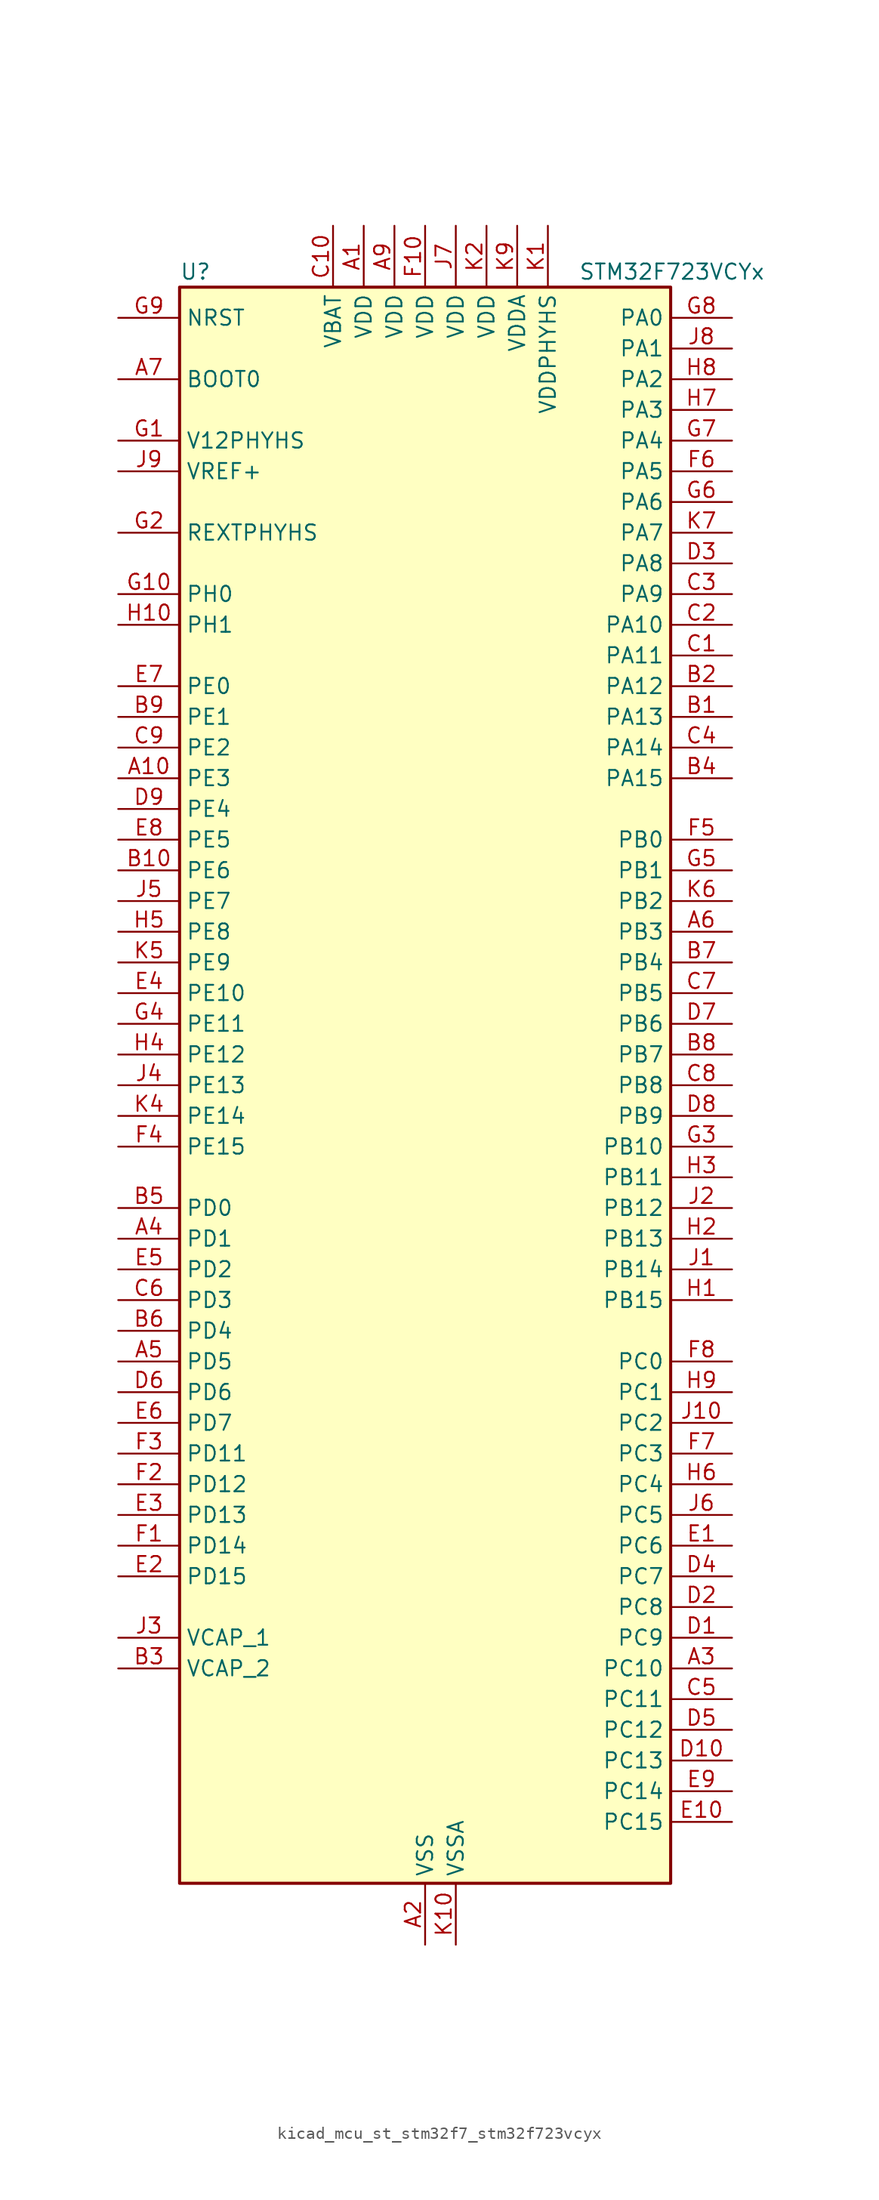
<source format=kicad_sym>
(kicad_symbol_lib
  (version 20220914)
  (generator kicad_symbol_editor)
  (symbol "kicad_mcu_st_stm32f7_stm32f723vcyx"
    (property "Reference" "U"
      (at -20.32 67.31 0)
      (effects (font (size 1.27 1.27)) (justify left)))
    (property "Value" "STM32F723VCYx"
      (at 12.7 67.31 0)
      (effects (font (size 1.27 1.27)) (justify left)))
    (property "ki_locked" ""
      (at 0 0 0)
      (effects (font (size 1.27 1.27))))
    (symbol "kicad_mcu_st_stm32f7_stm32f723vcyx_0_1"
      (rectangle (start -20.32 -66.04) (end 20.32 66.04) (stroke (width 0.254) (type default)) (fill (type background))))
    (symbol "kicad_mcu_st_stm32f7_stm32f723vcyx_1_1"
      (pin power_in line (at -5.08 71.12 270) (length 5.08) (name "VDD" (effects (font (size 1.27 1.27)))) (number "A1" (effects (font (size 1.27 1.27)))))
      (pin bidirectional line (at -25.4 25.4 0) (length 5.08) (name "PE3" (effects (font (size 1.27 1.27)))) (number "A10" (effects (font (size 1.27 1.27)))) (alternate "FMC_A19" bidirectional line) (alternate "SAI1_SD_B" bidirectional line) (alternate "SYS_TRACED0" bidirectional line))
      (pin power_in line (at 0 -71.12 90) (length 5.08) (name "VSS" (effects (font (size 1.27 1.27)))) (number "A2" (effects (font (size 1.27 1.27)))))
      (pin bidirectional line (at 25.4 -48.26 180) (length 5.08) (name "PC10" (effects (font (size 1.27 1.27)))) (number "A3" (effects (font (size 1.27 1.27)))) (alternate "I2S3_CK" bidirectional line) (alternate "QUADSPI_BK1_IO1" bidirectional line) (alternate "SDMMC1_D2" bidirectional line) (alternate "SPI3_SCK" bidirectional line) (alternate "UART4_TX" bidirectional line) (alternate "USART3_TX" bidirectional line))
      (pin bidirectional line (at -25.4 -12.7 0) (length 5.08) (name "PD1" (effects (font (size 1.27 1.27)))) (number "A4" (effects (font (size 1.27 1.27)))) (alternate "CAN1_TX" bidirectional line) (alternate "FMC_D3" bidirectional line) (alternate "FMC_DA3" bidirectional line))
      (pin bidirectional line (at -25.4 -22.86 0) (length 5.08) (name "PD5" (effects (font (size 1.27 1.27)))) (number "A5" (effects (font (size 1.27 1.27)))) (alternate "FMC_NWE" bidirectional line) (alternate "USART2_TX" bidirectional line))
      (pin bidirectional line (at 25.4 12.7 180) (length 5.08) (name "PB3" (effects (font (size 1.27 1.27)))) (number "A6" (effects (font (size 1.27 1.27)))) (alternate "I2S1_CK" bidirectional line) (alternate "I2S3_CK" bidirectional line) (alternate "SPI1_SCK" bidirectional line) (alternate "SPI3_SCK" bidirectional line) (alternate "SYS_JTDO-SWO" bidirectional line) (alternate "TIM2_CH2" bidirectional line))
      (pin input line (at -25.4 58.42 0) (length 5.08) (name "BOOT0" (effects (font (size 1.27 1.27)))) (number "A7" (effects (font (size 1.27 1.27)))))
      (pin passive line (at 0 -71.12 90) (length 5.08) hide (name "VSS" (effects (font (size 1.27 1.27)))) (number "A8" (effects (font (size 1.27 1.27)))))
      (pin power_in line (at -2.54 71.12 270) (length 5.08) (name "VDD" (effects (font (size 1.27 1.27)))) (number "A9" (effects (font (size 1.27 1.27)))))
      (pin bidirectional line (at 25.4 30.48 180) (length 5.08) (name "PA13" (effects (font (size 1.27 1.27)))) (number "B1" (effects (font (size 1.27 1.27)))) (alternate "SYS_JTMS-SWDIO" bidirectional line))
      (pin bidirectional line (at -25.4 17.78 0) (length 5.08) (name "PE6" (effects (font (size 1.27 1.27)))) (number "B10" (effects (font (size 1.27 1.27)))) (alternate "FMC_A22" bidirectional line) (alternate "SAI1_SD_A" bidirectional line) (alternate "SAI2_MCLK_B" bidirectional line) (alternate "SPI4_MOSI" bidirectional line) (alternate "SYS_TRACED3" bidirectional line) (alternate "TIM1_BKIN2" bidirectional line) (alternate "TIM9_CH2" bidirectional line))
      (pin bidirectional line (at 25.4 33.02 180) (length 5.08) (name "PA12" (effects (font (size 1.27 1.27)))) (number "B2" (effects (font (size 1.27 1.27)))) (alternate "CAN1_TX" bidirectional line) (alternate "SAI2_FS_B" bidirectional line) (alternate "TIM1_ETR" bidirectional line) (alternate "USART1_DE" bidirectional line) (alternate "USART1_RTS" bidirectional line) (alternate "USB_OTG_FS_DP" bidirectional line))
      (pin power_out line (at -25.4 -48.26 0) (length 5.08) (name "VCAP_2" (effects (font (size 1.27 1.27)))) (number "B3" (effects (font (size 1.27 1.27)))))
      (pin bidirectional line (at 25.4 25.4 180) (length 5.08) (name "PA15" (effects (font (size 1.27 1.27)))) (number "B4" (effects (font (size 1.27 1.27)))) (alternate "I2S1_WS" bidirectional line) (alternate "I2S3_WS" bidirectional line) (alternate "SPI1_NSS" bidirectional line) (alternate "SPI3_NSS" bidirectional line) (alternate "SYS_JTDI" bidirectional line) (alternate "TIM2_CH1" bidirectional line) (alternate "TIM2_ETR" bidirectional line) (alternate "UART4_DE" bidirectional line) (alternate "UART4_RTS" bidirectional line))
      (pin bidirectional line (at -25.4 -10.16 0) (length 5.08) (name "PD0" (effects (font (size 1.27 1.27)))) (number "B5" (effects (font (size 1.27 1.27)))) (alternate "CAN1_RX" bidirectional line) (alternate "FMC_D2" bidirectional line) (alternate "FMC_DA2" bidirectional line))
      (pin bidirectional line (at -25.4 -20.32 0) (length 5.08) (name "PD4" (effects (font (size 1.27 1.27)))) (number "B6" (effects (font (size 1.27 1.27)))) (alternate "FMC_NOE" bidirectional line) (alternate "USART2_DE" bidirectional line) (alternate "USART2_RTS" bidirectional line))
      (pin bidirectional line (at 25.4 10.16 180) (length 5.08) (name "PB4" (effects (font (size 1.27 1.27)))) (number "B7" (effects (font (size 1.27 1.27)))) (alternate "I2S2_WS" bidirectional line) (alternate "SPI1_MISO" bidirectional line) (alternate "SPI2_NSS" bidirectional line) (alternate "SPI3_MISO" bidirectional line) (alternate "SYS_JTRST" bidirectional line) (alternate "TIM3_CH1" bidirectional line))
      (pin bidirectional line (at 25.4 2.54 180) (length 5.08) (name "PB7" (effects (font (size 1.27 1.27)))) (number "B8" (effects (font (size 1.27 1.27)))) (alternate "FMC_NL" bidirectional line) (alternate "I2C1_SDA" bidirectional line) (alternate "TIM4_CH2" bidirectional line) (alternate "USART1_RX" bidirectional line))
      (pin bidirectional line (at -25.4 30.48 0) (length 5.08) (name "PE1" (effects (font (size 1.27 1.27)))) (number "B9" (effects (font (size 1.27 1.27)))) (alternate "FMC_NBL1" bidirectional line) (alternate "LPTIM1_IN2" bidirectional line) (alternate "UART8_TX" bidirectional line))
      (pin bidirectional line (at 25.4 35.56 180) (length 5.08) (name "PA11" (effects (font (size 1.27 1.27)))) (number "C1" (effects (font (size 1.27 1.27)))) (alternate "ADC1_EXTI11" bidirectional line) (alternate "ADC2_EXTI11" bidirectional line) (alternate "ADC3_EXTI11" bidirectional line) (alternate "CAN1_RX" bidirectional line) (alternate "TIM1_CH4" bidirectional line) (alternate "USART1_CTS" bidirectional line) (alternate "USB_OTG_FS_DM" bidirectional line))
      (pin power_in line (at -7.62 71.12 270) (length 5.08) (name "VBAT" (effects (font (size 1.27 1.27)))) (number "C10" (effects (font (size 1.27 1.27)))))
      (pin bidirectional line (at 25.4 38.1 180) (length 5.08) (name "PA10" (effects (font (size 1.27 1.27)))) (number "C2" (effects (font (size 1.27 1.27)))) (alternate "TIM1_CH3" bidirectional line) (alternate "USART1_RX" bidirectional line) (alternate "USB_OTG_FS_ID" bidirectional line))
      (pin bidirectional line (at 25.4 40.64 180) (length 5.08) (name "PA9" (effects (font (size 1.27 1.27)))) (number "C3" (effects (font (size 1.27 1.27)))) (alternate "DAC_EXTI9" bidirectional line) (alternate "I2C3_SMBA" bidirectional line) (alternate "I2S2_CK" bidirectional line) (alternate "SPI2_SCK" bidirectional line) (alternate "TIM1_CH2" bidirectional line) (alternate "USART1_TX" bidirectional line) (alternate "USB_OTG_FS_VBUS" bidirectional line))
      (pin bidirectional line (at 25.4 27.94 180) (length 5.08) (name "PA14" (effects (font (size 1.27 1.27)))) (number "C4" (effects (font (size 1.27 1.27)))) (alternate "SYS_JTCK-SWCLK" bidirectional line))
      (pin bidirectional line (at 25.4 -50.8 180) (length 5.08) (name "PC11" (effects (font (size 1.27 1.27)))) (number "C5" (effects (font (size 1.27 1.27)))) (alternate "ADC1_EXTI11" bidirectional line) (alternate "ADC2_EXTI11" bidirectional line) (alternate "ADC3_EXTI11" bidirectional line) (alternate "QUADSPI_BK2_NCS" bidirectional line) (alternate "SDMMC1_D3" bidirectional line) (alternate "SPI3_MISO" bidirectional line) (alternate "UART4_RX" bidirectional line) (alternate "USART3_RX" bidirectional line))
      (pin bidirectional line (at -25.4 -17.78 0) (length 5.08) (name "PD3" (effects (font (size 1.27 1.27)))) (number "C6" (effects (font (size 1.27 1.27)))) (alternate "FMC_CLK" bidirectional line) (alternate "I2S2_CK" bidirectional line) (alternate "SPI2_SCK" bidirectional line) (alternate "USART2_CTS" bidirectional line))
      (pin bidirectional line (at 25.4 7.62 180) (length 5.08) (name "PB5" (effects (font (size 1.27 1.27)))) (number "C7" (effects (font (size 1.27 1.27)))) (alternate "FMC_SDCKE1" bidirectional line) (alternate "I2C1_SMBA" bidirectional line) (alternate "I2S1_SD" bidirectional line) (alternate "I2S3_SD" bidirectional line) (alternate "SPI1_MOSI" bidirectional line) (alternate "SPI3_MOSI" bidirectional line) (alternate "TIM3_CH2" bidirectional line))
      (pin bidirectional line (at 25.4 0 180) (length 5.08) (name "PB8" (effects (font (size 1.27 1.27)))) (number "C8" (effects (font (size 1.27 1.27)))) (alternate "CAN1_RX" bidirectional line) (alternate "I2C1_SCL" bidirectional line) (alternate "SDMMC1_D4" bidirectional line) (alternate "TIM10_CH1" bidirectional line) (alternate "TIM4_CH3" bidirectional line))
      (pin bidirectional line (at -25.4 27.94 0) (length 5.08) (name "PE2" (effects (font (size 1.27 1.27)))) (number "C9" (effects (font (size 1.27 1.27)))) (alternate "FMC_A23" bidirectional line) (alternate "QUADSPI_BK1_IO2" bidirectional line) (alternate "SAI1_MCLK_A" bidirectional line) (alternate "SPI4_SCK" bidirectional line) (alternate "SYS_TRACECLK" bidirectional line))
      (pin bidirectional line (at 25.4 -45.72 180) (length 5.08) (name "PC9" (effects (font (size 1.27 1.27)))) (number "D1" (effects (font (size 1.27 1.27)))) (alternate "DAC_EXTI9" bidirectional line) (alternate "I2C3_SDA" bidirectional line) (alternate "I2S_CKIN" bidirectional line) (alternate "QUADSPI_BK1_IO0" bidirectional line) (alternate "RCC_MCO_2" bidirectional line) (alternate "SDMMC1_D1" bidirectional line) (alternate "TIM3_CH4" bidirectional line) (alternate "TIM8_CH4" bidirectional line) (alternate "UART5_CTS" bidirectional line))
      (pin bidirectional line (at 25.4 -55.88 180) (length 5.08) (name "PC13" (effects (font (size 1.27 1.27)))) (number "D10" (effects (font (size 1.27 1.27)))) (alternate "RTC_OUT" bidirectional line) (alternate "RTC_TAMP1" bidirectional line) (alternate "RTC_TS" bidirectional line) (alternate "SYS_WKUP4" bidirectional line))
      (pin bidirectional line (at 25.4 -43.18 180) (length 5.08) (name "PC8" (effects (font (size 1.27 1.27)))) (number "D2" (effects (font (size 1.27 1.27)))) (alternate "SDMMC1_D0" bidirectional line) (alternate "SYS_TRACED1" bidirectional line) (alternate "TIM3_CH3" bidirectional line) (alternate "TIM8_CH3" bidirectional line) (alternate "UART5_DE" bidirectional line) (alternate "UART5_RTS" bidirectional line) (alternate "USART6_CK" bidirectional line))
      (pin bidirectional line (at 25.4 43.18 180) (length 5.08) (name "PA8" (effects (font (size 1.27 1.27)))) (number "D3" (effects (font (size 1.27 1.27)))) (alternate "I2C3_SCL" bidirectional line) (alternate "RCC_MCO_1" bidirectional line) (alternate "TIM1_CH1" bidirectional line) (alternate "TIM8_BKIN2" bidirectional line) (alternate "USART1_CK" bidirectional line) (alternate "USB_OTG_FS_SOF" bidirectional line))
      (pin bidirectional line (at 25.4 -40.64 180) (length 5.08) (name "PC7" (effects (font (size 1.27 1.27)))) (number "D4" (effects (font (size 1.27 1.27)))) (alternate "I2S3_MCK" bidirectional line) (alternate "SDMMC1_D7" bidirectional line) (alternate "TIM3_CH2" bidirectional line) (alternate "TIM8_CH2" bidirectional line) (alternate "USART6_RX" bidirectional line))
      (pin bidirectional line (at 25.4 -53.34 180) (length 5.08) (name "PC12" (effects (font (size 1.27 1.27)))) (number "D5" (effects (font (size 1.27 1.27)))) (alternate "I2S3_SD" bidirectional line) (alternate "SDMMC1_CK" bidirectional line) (alternate "SPI3_MOSI" bidirectional line) (alternate "SYS_TRACED3" bidirectional line) (alternate "UART5_TX" bidirectional line) (alternate "USART3_CK" bidirectional line))
      (pin bidirectional line (at -25.4 -25.4 0) (length 5.08) (name "PD6" (effects (font (size 1.27 1.27)))) (number "D6" (effects (font (size 1.27 1.27)))) (alternate "FMC_NWAIT" bidirectional line) (alternate "I2S3_SD" bidirectional line) (alternate "SAI1_SD_A" bidirectional line) (alternate "SPI3_MOSI" bidirectional line) (alternate "USART2_RX" bidirectional line))
      (pin bidirectional line (at 25.4 5.08 180) (length 5.08) (name "PB6" (effects (font (size 1.27 1.27)))) (number "D7" (effects (font (size 1.27 1.27)))) (alternate "FMC_SDNE1" bidirectional line) (alternate "I2C1_SCL" bidirectional line) (alternate "QUADSPI_BK1_NCS" bidirectional line) (alternate "TIM4_CH1" bidirectional line) (alternate "USART1_TX" bidirectional line))
      (pin bidirectional line (at 25.4 -2.54 180) (length 5.08) (name "PB9" (effects (font (size 1.27 1.27)))) (number "D8" (effects (font (size 1.27 1.27)))) (alternate "CAN1_TX" bidirectional line) (alternate "DAC_EXTI9" bidirectional line) (alternate "I2C1_SDA" bidirectional line) (alternate "I2S2_WS" bidirectional line) (alternate "SDMMC1_D5" bidirectional line) (alternate "SPI2_NSS" bidirectional line) (alternate "TIM11_CH1" bidirectional line) (alternate "TIM4_CH4" bidirectional line))
      (pin bidirectional line (at -25.4 22.86 0) (length 5.08) (name "PE4" (effects (font (size 1.27 1.27)))) (number "D9" (effects (font (size 1.27 1.27)))) (alternate "FMC_A20" bidirectional line) (alternate "SAI1_FS_A" bidirectional line) (alternate "SPI4_NSS" bidirectional line) (alternate "SYS_TRACED1" bidirectional line))
      (pin bidirectional line (at 25.4 -38.1 180) (length 5.08) (name "PC6" (effects (font (size 1.27 1.27)))) (number "E1" (effects (font (size 1.27 1.27)))) (alternate "I2S2_MCK" bidirectional line) (alternate "SDMMC1_D6" bidirectional line) (alternate "TIM3_CH1" bidirectional line) (alternate "TIM8_CH1" bidirectional line) (alternate "USART6_TX" bidirectional line))
      (pin bidirectional line (at 25.4 -60.96 180) (length 5.08) (name "PC15" (effects (font (size 1.27 1.27)))) (number "E10" (effects (font (size 1.27 1.27)))) (alternate "RCC_OSC32_OUT" bidirectional line))
      (pin bidirectional line (at -25.4 -40.64 0) (length 5.08) (name "PD15" (effects (font (size 1.27 1.27)))) (number "E2" (effects (font (size 1.27 1.27)))) (alternate "FMC_D1" bidirectional line) (alternate "FMC_DA1" bidirectional line) (alternate "TIM4_CH4" bidirectional line) (alternate "UART8_DE" bidirectional line) (alternate "UART8_RTS" bidirectional line))
      (pin bidirectional line (at -25.4 -35.56 0) (length 5.08) (name "PD13" (effects (font (size 1.27 1.27)))) (number "E3" (effects (font (size 1.27 1.27)))) (alternate "FMC_A18" bidirectional line) (alternate "LPTIM1_OUT" bidirectional line) (alternate "QUADSPI_BK1_IO3" bidirectional line) (alternate "SAI2_SCK_A" bidirectional line) (alternate "TIM4_CH2" bidirectional line))
      (pin bidirectional line (at -25.4 7.62 0) (length 5.08) (name "PE10" (effects (font (size 1.27 1.27)))) (number "E4" (effects (font (size 1.27 1.27)))) (alternate "FMC_D7" bidirectional line) (alternate "FMC_DA7" bidirectional line) (alternate "QUADSPI_BK2_IO3" bidirectional line) (alternate "TIM1_CH2N" bidirectional line) (alternate "UART7_CTS" bidirectional line))
      (pin bidirectional line (at -25.4 -15.24 0) (length 5.08) (name "PD2" (effects (font (size 1.27 1.27)))) (number "E5" (effects (font (size 1.27 1.27)))) (alternate "SDMMC1_CMD" bidirectional line) (alternate "SYS_TRACED2" bidirectional line) (alternate "TIM3_ETR" bidirectional line) (alternate "UART5_RX" bidirectional line))
      (pin bidirectional line (at -25.4 -27.94 0) (length 5.08) (name "PD7" (effects (font (size 1.27 1.27)))) (number "E6" (effects (font (size 1.27 1.27)))) (alternate "FMC_NE1" bidirectional line) (alternate "USART2_CK" bidirectional line))
      (pin bidirectional line (at -25.4 33.02 0) (length 5.08) (name "PE0" (effects (font (size 1.27 1.27)))) (number "E7" (effects (font (size 1.27 1.27)))) (alternate "FMC_NBL0" bidirectional line) (alternate "LPTIM1_ETR" bidirectional line) (alternate "SAI2_MCLK_A" bidirectional line) (alternate "TIM4_ETR" bidirectional line) (alternate "UART8_RX" bidirectional line))
      (pin bidirectional line (at -25.4 20.32 0) (length 5.08) (name "PE5" (effects (font (size 1.27 1.27)))) (number "E8" (effects (font (size 1.27 1.27)))) (alternate "FMC_A21" bidirectional line) (alternate "SAI1_SCK_A" bidirectional line) (alternate "SPI4_MISO" bidirectional line) (alternate "SYS_TRACED2" bidirectional line) (alternate "TIM9_CH1" bidirectional line))
      (pin bidirectional line (at 25.4 -58.42 180) (length 5.08) (name "PC14" (effects (font (size 1.27 1.27)))) (number "E9" (effects (font (size 1.27 1.27)))) (alternate "RCC_OSC32_IN" bidirectional line))
      (pin bidirectional line (at -25.4 -38.1 0) (length 5.08) (name "PD14" (effects (font (size 1.27 1.27)))) (number "F1" (effects (font (size 1.27 1.27)))) (alternate "FMC_D0" bidirectional line) (alternate "FMC_DA0" bidirectional line) (alternate "TIM4_CH3" bidirectional line) (alternate "UART8_CTS" bidirectional line))
      (pin power_in line (at 0 71.12 270) (length 5.08) (name "VDD" (effects (font (size 1.27 1.27)))) (number "F10" (effects (font (size 1.27 1.27)))))
      (pin bidirectional line (at -25.4 -33.02 0) (length 5.08) (name "PD12" (effects (font (size 1.27 1.27)))) (number "F2" (effects (font (size 1.27 1.27)))) (alternate "FMC_A17" bidirectional line) (alternate "FMC_ALE" bidirectional line) (alternate "LPTIM1_IN1" bidirectional line) (alternate "QUADSPI_BK1_IO1" bidirectional line) (alternate "SAI2_FS_A" bidirectional line) (alternate "TIM4_CH1" bidirectional line) (alternate "USART3_DE" bidirectional line) (alternate "USART3_RTS" bidirectional line))
      (pin bidirectional line (at -25.4 -30.48 0) (length 5.08) (name "PD11" (effects (font (size 1.27 1.27)))) (number "F3" (effects (font (size 1.27 1.27)))) (alternate "ADC1_EXTI11" bidirectional line) (alternate "ADC2_EXTI11" bidirectional line) (alternate "ADC3_EXTI11" bidirectional line) (alternate "FMC_A16" bidirectional line) (alternate "FMC_CLE" bidirectional line) (alternate "QUADSPI_BK1_IO0" bidirectional line) (alternate "SAI2_SD_A" bidirectional line) (alternate "USART3_CTS" bidirectional line))
      (pin bidirectional line (at -25.4 -5.08 0) (length 5.08) (name "PE15" (effects (font (size 1.27 1.27)))) (number "F4" (effects (font (size 1.27 1.27)))) (alternate "FMC_D12" bidirectional line) (alternate "FMC_DA12" bidirectional line) (alternate "TIM1_BKIN" bidirectional line))
      (pin bidirectional line (at 25.4 20.32 180) (length 5.08) (name "PB0" (effects (font (size 1.27 1.27)))) (number "F5" (effects (font (size 1.27 1.27)))) (alternate "ADC1_IN8" bidirectional line) (alternate "ADC2_IN8" bidirectional line) (alternate "TIM1_CH2N" bidirectional line) (alternate "TIM3_CH3" bidirectional line) (alternate "TIM8_CH2N" bidirectional line) (alternate "UART4_CTS" bidirectional line))
      (pin bidirectional line (at 25.4 50.8 180) (length 5.08) (name "PA5" (effects (font (size 1.27 1.27)))) (number "F6" (effects (font (size 1.27 1.27)))) (alternate "ADC1_IN5" bidirectional line) (alternate "ADC2_IN5" bidirectional line) (alternate "DAC_OUT2" bidirectional line) (alternate "I2S1_CK" bidirectional line) (alternate "SPI1_SCK" bidirectional line) (alternate "TIM2_CH1" bidirectional line) (alternate "TIM2_ETR" bidirectional line) (alternate "TIM8_CH1N" bidirectional line))
      (pin bidirectional line (at 25.4 -30.48 180) (length 5.08) (name "PC3" (effects (font (size 1.27 1.27)))) (number "F7" (effects (font (size 1.27 1.27)))) (alternate "ADC1_IN13" bidirectional line) (alternate "ADC2_IN13" bidirectional line) (alternate "ADC3_IN13" bidirectional line) (alternate "FMC_SDCKE0" bidirectional line) (alternate "I2S2_SD" bidirectional line) (alternate "SPI2_MOSI" bidirectional line))
      (pin bidirectional line (at 25.4 -22.86 180) (length 5.08) (name "PC0" (effects (font (size 1.27 1.27)))) (number "F8" (effects (font (size 1.27 1.27)))) (alternate "ADC1_IN10" bidirectional line) (alternate "ADC2_IN10" bidirectional line) (alternate "ADC3_IN10" bidirectional line) (alternate "FMC_SDNWE" bidirectional line) (alternate "SAI2_FS_B" bidirectional line))
      (pin passive line (at 0 -71.12 90) (length 5.08) hide (name "VSS" (effects (font (size 1.27 1.27)))) (number "F9" (effects (font (size 1.27 1.27)))))
      (pin power_in line (at -25.4 53.34 0) (length 5.08) (name "V12PHYHS" (effects (font (size 1.27 1.27)))) (number "G1" (effects (font (size 1.27 1.27)))))
      (pin bidirectional line (at -25.4 40.64 0) (length 5.08) (name "PH0" (effects (font (size 1.27 1.27)))) (number "G10" (effects (font (size 1.27 1.27)))) (alternate "RCC_OSC_IN" bidirectional line))
      (pin bidirectional line (at -25.4 45.72 0) (length 5.08) (name "REXTPHYHS" (effects (font (size 1.27 1.27)))) (number "G2" (effects (font (size 1.27 1.27)))) (alternate "USB_OTG_HS_REXTPHYHS" bidirectional line))
      (pin bidirectional line (at 25.4 -5.08 180) (length 5.08) (name "PB10" (effects (font (size 1.27 1.27)))) (number "G3" (effects (font (size 1.27 1.27)))) (alternate "I2C2_SCL" bidirectional line) (alternate "I2S2_CK" bidirectional line) (alternate "SPI2_SCK" bidirectional line) (alternate "TIM2_CH3" bidirectional line) (alternate "USART3_TX" bidirectional line))
      (pin bidirectional line (at -25.4 5.08 0) (length 5.08) (name "PE11" (effects (font (size 1.27 1.27)))) (number "G4" (effects (font (size 1.27 1.27)))) (alternate "ADC1_EXTI11" bidirectional line) (alternate "ADC2_EXTI11" bidirectional line) (alternate "ADC3_EXTI11" bidirectional line) (alternate "FMC_D8" bidirectional line) (alternate "FMC_DA8" bidirectional line) (alternate "SAI2_SD_B" bidirectional line) (alternate "SPI4_NSS" bidirectional line) (alternate "TIM1_CH2" bidirectional line))
      (pin bidirectional line (at 25.4 17.78 180) (length 5.08) (name "PB1" (effects (font (size 1.27 1.27)))) (number "G5" (effects (font (size 1.27 1.27)))) (alternate "ADC1_IN9" bidirectional line) (alternate "ADC2_IN9" bidirectional line) (alternate "TIM1_CH3N" bidirectional line) (alternate "TIM3_CH4" bidirectional line) (alternate "TIM8_CH3N" bidirectional line))
      (pin bidirectional line (at 25.4 48.26 180) (length 5.08) (name "PA6" (effects (font (size 1.27 1.27)))) (number "G6" (effects (font (size 1.27 1.27)))) (alternate "ADC1_IN6" bidirectional line) (alternate "ADC2_IN6" bidirectional line) (alternate "SPI1_MISO" bidirectional line) (alternate "TIM13_CH1" bidirectional line) (alternate "TIM1_BKIN" bidirectional line) (alternate "TIM3_CH1" bidirectional line) (alternate "TIM8_BKIN" bidirectional line))
      (pin bidirectional line (at 25.4 53.34 180) (length 5.08) (name "PA4" (effects (font (size 1.27 1.27)))) (number "G7" (effects (font (size 1.27 1.27)))) (alternate "ADC1_IN4" bidirectional line) (alternate "ADC2_IN4" bidirectional line) (alternate "DAC_OUT1" bidirectional line) (alternate "I2S1_WS" bidirectional line) (alternate "I2S3_WS" bidirectional line) (alternate "SPI1_NSS" bidirectional line) (alternate "SPI3_NSS" bidirectional line) (alternate "USART2_CK" bidirectional line) (alternate "USB_OTG_HS_SOF" bidirectional line))
      (pin bidirectional line (at 25.4 63.5 180) (length 5.08) (name "PA0" (effects (font (size 1.27 1.27)))) (number "G8" (effects (font (size 1.27 1.27)))) (alternate "ADC1_IN0" bidirectional line) (alternate "ADC2_IN0" bidirectional line) (alternate "ADC3_IN0" bidirectional line) (alternate "SAI2_SD_B" bidirectional line) (alternate "SYS_WKUP1" bidirectional line) (alternate "TIM2_CH1" bidirectional line) (alternate "TIM2_ETR" bidirectional line) (alternate "TIM5_CH1" bidirectional line) (alternate "TIM8_ETR" bidirectional line) (alternate "UART4_TX" bidirectional line) (alternate "USART2_CTS" bidirectional line))
      (pin input line (at -25.4 63.5 0) (length 5.08) (name "NRST" (effects (font (size 1.27 1.27)))) (number "G9" (effects (font (size 1.27 1.27)))))
      (pin bidirectional line (at 25.4 -17.78 180) (length 5.08) (name "PB15" (effects (font (size 1.27 1.27)))) (number "H1" (effects (font (size 1.27 1.27)))) (alternate "USB_OTG_HS_DP" bidirectional line))
      (pin bidirectional line (at -25.4 38.1 0) (length 5.08) (name "PH1" (effects (font (size 1.27 1.27)))) (number "H10" (effects (font (size 1.27 1.27)))) (alternate "RCC_OSC_OUT" bidirectional line))
      (pin bidirectional line (at 25.4 -12.7 180) (length 5.08) (name "PB13" (effects (font (size 1.27 1.27)))) (number "H2" (effects (font (size 1.27 1.27)))) (alternate "I2S2_CK" bidirectional line) (alternate "SPI2_SCK" bidirectional line) (alternate "TIM1_CH1N" bidirectional line) (alternate "USART3_CTS" bidirectional line) (alternate "USB_OTG_HS_VBUS" bidirectional line))
      (pin bidirectional line (at 25.4 -7.62 180) (length 5.08) (name "PB11" (effects (font (size 1.27 1.27)))) (number "H3" (effects (font (size 1.27 1.27)))) (alternate "ADC1_EXTI11" bidirectional line) (alternate "ADC2_EXTI11" bidirectional line) (alternate "ADC3_EXTI11" bidirectional line) (alternate "I2C2_SDA" bidirectional line) (alternate "TIM2_CH4" bidirectional line) (alternate "USART3_RX" bidirectional line))
      (pin bidirectional line (at -25.4 2.54 0) (length 5.08) (name "PE12" (effects (font (size 1.27 1.27)))) (number "H4" (effects (font (size 1.27 1.27)))) (alternate "FMC_D9" bidirectional line) (alternate "FMC_DA9" bidirectional line) (alternate "SAI2_SCK_B" bidirectional line) (alternate "SPI4_SCK" bidirectional line) (alternate "TIM1_CH3N" bidirectional line))
      (pin bidirectional line (at -25.4 12.7 0) (length 5.08) (name "PE8" (effects (font (size 1.27 1.27)))) (number "H5" (effects (font (size 1.27 1.27)))) (alternate "FMC_D5" bidirectional line) (alternate "FMC_DA5" bidirectional line) (alternate "QUADSPI_BK2_IO1" bidirectional line) (alternate "TIM1_CH1N" bidirectional line) (alternate "UART7_TX" bidirectional line))
      (pin bidirectional line (at 25.4 -33.02 180) (length 5.08) (name "PC4" (effects (font (size 1.27 1.27)))) (number "H6" (effects (font (size 1.27 1.27)))) (alternate "ADC1_IN14" bidirectional line) (alternate "ADC2_IN14" bidirectional line) (alternate "FMC_SDNE0" bidirectional line) (alternate "I2S1_MCK" bidirectional line))
      (pin bidirectional line (at 25.4 55.88 180) (length 5.08) (name "PA3" (effects (font (size 1.27 1.27)))) (number "H7" (effects (font (size 1.27 1.27)))) (alternate "ADC1_IN3" bidirectional line) (alternate "ADC2_IN3" bidirectional line) (alternate "ADC3_IN3" bidirectional line) (alternate "TIM2_CH4" bidirectional line) (alternate "TIM5_CH4" bidirectional line) (alternate "TIM9_CH2" bidirectional line) (alternate "USART2_RX" bidirectional line))
      (pin bidirectional line (at 25.4 58.42 180) (length 5.08) (name "PA2" (effects (font (size 1.27 1.27)))) (number "H8" (effects (font (size 1.27 1.27)))) (alternate "ADC1_IN2" bidirectional line) (alternate "ADC2_IN2" bidirectional line) (alternate "ADC3_IN2" bidirectional line) (alternate "SAI2_SCK_B" bidirectional line) (alternate "SYS_WKUP2" bidirectional line) (alternate "TIM2_CH3" bidirectional line) (alternate "TIM5_CH3" bidirectional line) (alternate "TIM9_CH1" bidirectional line) (alternate "USART2_TX" bidirectional line))
      (pin bidirectional line (at 25.4 -25.4 180) (length 5.08) (name "PC1" (effects (font (size 1.27 1.27)))) (number "H9" (effects (font (size 1.27 1.27)))) (alternate "ADC1_IN11" bidirectional line) (alternate "ADC2_IN11" bidirectional line) (alternate "ADC3_IN11" bidirectional line) (alternate "I2S2_SD" bidirectional line) (alternate "RTC_TAMP3" bidirectional line) (alternate "RTC_TS" bidirectional line) (alternate "SAI1_SD_A" bidirectional line) (alternate "SPI2_MOSI" bidirectional line) (alternate "SYS_TRACED0" bidirectional line) (alternate "SYS_WKUP3" bidirectional line))
      (pin bidirectional line (at 25.4 -15.24 180) (length 5.08) (name "PB14" (effects (font (size 1.27 1.27)))) (number "J1" (effects (font (size 1.27 1.27)))) (alternate "USB_OTG_HS_DM" bidirectional line))
      (pin bidirectional line (at 25.4 -27.94 180) (length 5.08) (name "PC2" (effects (font (size 1.27 1.27)))) (number "J10" (effects (font (size 1.27 1.27)))) (alternate "ADC1_IN12" bidirectional line) (alternate "ADC2_IN12" bidirectional line) (alternate "ADC3_IN12" bidirectional line) (alternate "FMC_SDNE0" bidirectional line) (alternate "SPI2_MISO" bidirectional line))
      (pin bidirectional line (at 25.4 -10.16 180) (length 5.08) (name "PB12" (effects (font (size 1.27 1.27)))) (number "J2" (effects (font (size 1.27 1.27)))) (alternate "I2C2_SMBA" bidirectional line) (alternate "I2S2_WS" bidirectional line) (alternate "SPI2_NSS" bidirectional line) (alternate "TIM1_BKIN" bidirectional line) (alternate "USART3_CK" bidirectional line) (alternate "USB_OTG_HS_ID" bidirectional line))
      (pin power_out line (at -25.4 -45.72 0) (length 5.08) (name "VCAP_1" (effects (font (size 1.27 1.27)))) (number "J3" (effects (font (size 1.27 1.27)))))
      (pin bidirectional line (at -25.4 0 0) (length 5.08) (name "PE13" (effects (font (size 1.27 1.27)))) (number "J4" (effects (font (size 1.27 1.27)))) (alternate "FMC_D10" bidirectional line) (alternate "FMC_DA10" bidirectional line) (alternate "SAI2_FS_B" bidirectional line) (alternate "SPI4_MISO" bidirectional line) (alternate "TIM1_CH3" bidirectional line))
      (pin bidirectional line (at -25.4 15.24 0) (length 5.08) (name "PE7" (effects (font (size 1.27 1.27)))) (number "J5" (effects (font (size 1.27 1.27)))) (alternate "FMC_D4" bidirectional line) (alternate "FMC_DA4" bidirectional line) (alternate "QUADSPI_BK2_IO0" bidirectional line) (alternate "TIM1_ETR" bidirectional line) (alternate "UART7_RX" bidirectional line))
      (pin bidirectional line (at 25.4 -35.56 180) (length 5.08) (name "PC5" (effects (font (size 1.27 1.27)))) (number "J6" (effects (font (size 1.27 1.27)))) (alternate "ADC1_IN15" bidirectional line) (alternate "ADC2_IN15" bidirectional line) (alternate "FMC_SDCKE0" bidirectional line))
      (pin power_in line (at 2.54 71.12 270) (length 5.08) (name "VDD" (effects (font (size 1.27 1.27)))) (number "J7" (effects (font (size 1.27 1.27)))))
      (pin bidirectional line (at 25.4 60.96 180) (length 5.08) (name "PA1" (effects (font (size 1.27 1.27)))) (number "J8" (effects (font (size 1.27 1.27)))) (alternate "ADC1_IN1" bidirectional line) (alternate "ADC2_IN1" bidirectional line) (alternate "ADC3_IN1" bidirectional line) (alternate "QUADSPI_BK1_IO3" bidirectional line) (alternate "SAI2_MCLK_B" bidirectional line) (alternate "TIM2_CH2" bidirectional line) (alternate "TIM5_CH2" bidirectional line) (alternate "UART4_RX" bidirectional line) (alternate "USART2_DE" bidirectional line) (alternate "USART2_RTS" bidirectional line))
      (pin input line (at -25.4 50.8 0) (length 5.08) (name "VREF+" (effects (font (size 1.27 1.27)))) (number "J9" (effects (font (size 1.27 1.27)))))
      (pin power_in line (at 10.16 71.12 270) (length 5.08) (name "VDDPHYHS" (effects (font (size 1.27 1.27)))) (number "K1" (effects (font (size 1.27 1.27)))))
      (pin power_in line (at 2.54 -71.12 90) (length 5.08) (name "VSSA" (effects (font (size 1.27 1.27)))) (number "K10" (effects (font (size 1.27 1.27)))))
      (pin power_in line (at 5.08 71.12 270) (length 5.08) (name "VDD" (effects (font (size 1.27 1.27)))) (number "K2" (effects (font (size 1.27 1.27)))))
      (pin passive line (at 0 -71.12 90) (length 5.08) hide (name "VSS" (effects (font (size 1.27 1.27)))) (number "K3" (effects (font (size 1.27 1.27)))))
      (pin bidirectional line (at -25.4 -2.54 0) (length 5.08) (name "PE14" (effects (font (size 1.27 1.27)))) (number "K4" (effects (font (size 1.27 1.27)))) (alternate "FMC_D11" bidirectional line) (alternate "FMC_DA11" bidirectional line) (alternate "SAI2_MCLK_B" bidirectional line) (alternate "SPI4_MOSI" bidirectional line) (alternate "TIM1_CH4" bidirectional line))
      (pin bidirectional line (at -25.4 10.16 0) (length 5.08) (name "PE9" (effects (font (size 1.27 1.27)))) (number "K5" (effects (font (size 1.27 1.27)))) (alternate "DAC_EXTI9" bidirectional line) (alternate "FMC_D6" bidirectional line) (alternate "FMC_DA6" bidirectional line) (alternate "QUADSPI_BK2_IO2" bidirectional line) (alternate "TIM1_CH1" bidirectional line) (alternate "UART7_DE" bidirectional line) (alternate "UART7_RTS" bidirectional line))
      (pin bidirectional line (at 25.4 15.24 180) (length 5.08) (name "PB2" (effects (font (size 1.27 1.27)))) (number "K6" (effects (font (size 1.27 1.27)))) (alternate "I2S3_SD" bidirectional line) (alternate "QUADSPI_CLK" bidirectional line) (alternate "SAI1_SD_A" bidirectional line) (alternate "SPI3_MOSI" bidirectional line))
      (pin bidirectional line (at 25.4 45.72 180) (length 5.08) (name "PA7" (effects (font (size 1.27 1.27)))) (number "K7" (effects (font (size 1.27 1.27)))) (alternate "ADC1_IN7" bidirectional line) (alternate "ADC2_IN7" bidirectional line) (alternate "FMC_SDNWE" bidirectional line) (alternate "I2S1_SD" bidirectional line) (alternate "SPI1_MOSI" bidirectional line) (alternate "TIM14_CH1" bidirectional line) (alternate "TIM1_CH1N" bidirectional line) (alternate "TIM3_CH2" bidirectional line) (alternate "TIM8_CH1N" bidirectional line))
      (pin passive line (at 0 -71.12 90) (length 5.08) hide (name "VSS" (effects (font (size 1.27 1.27)))) (number "K8" (effects (font (size 1.27 1.27)))))
      (pin power_in line (at 7.62 71.12 270) (length 5.08) (name "VDDA" (effects (font (size 1.27 1.27)))) (number "K9" (effects (font (size 1.27 1.27))))))))
</source>
